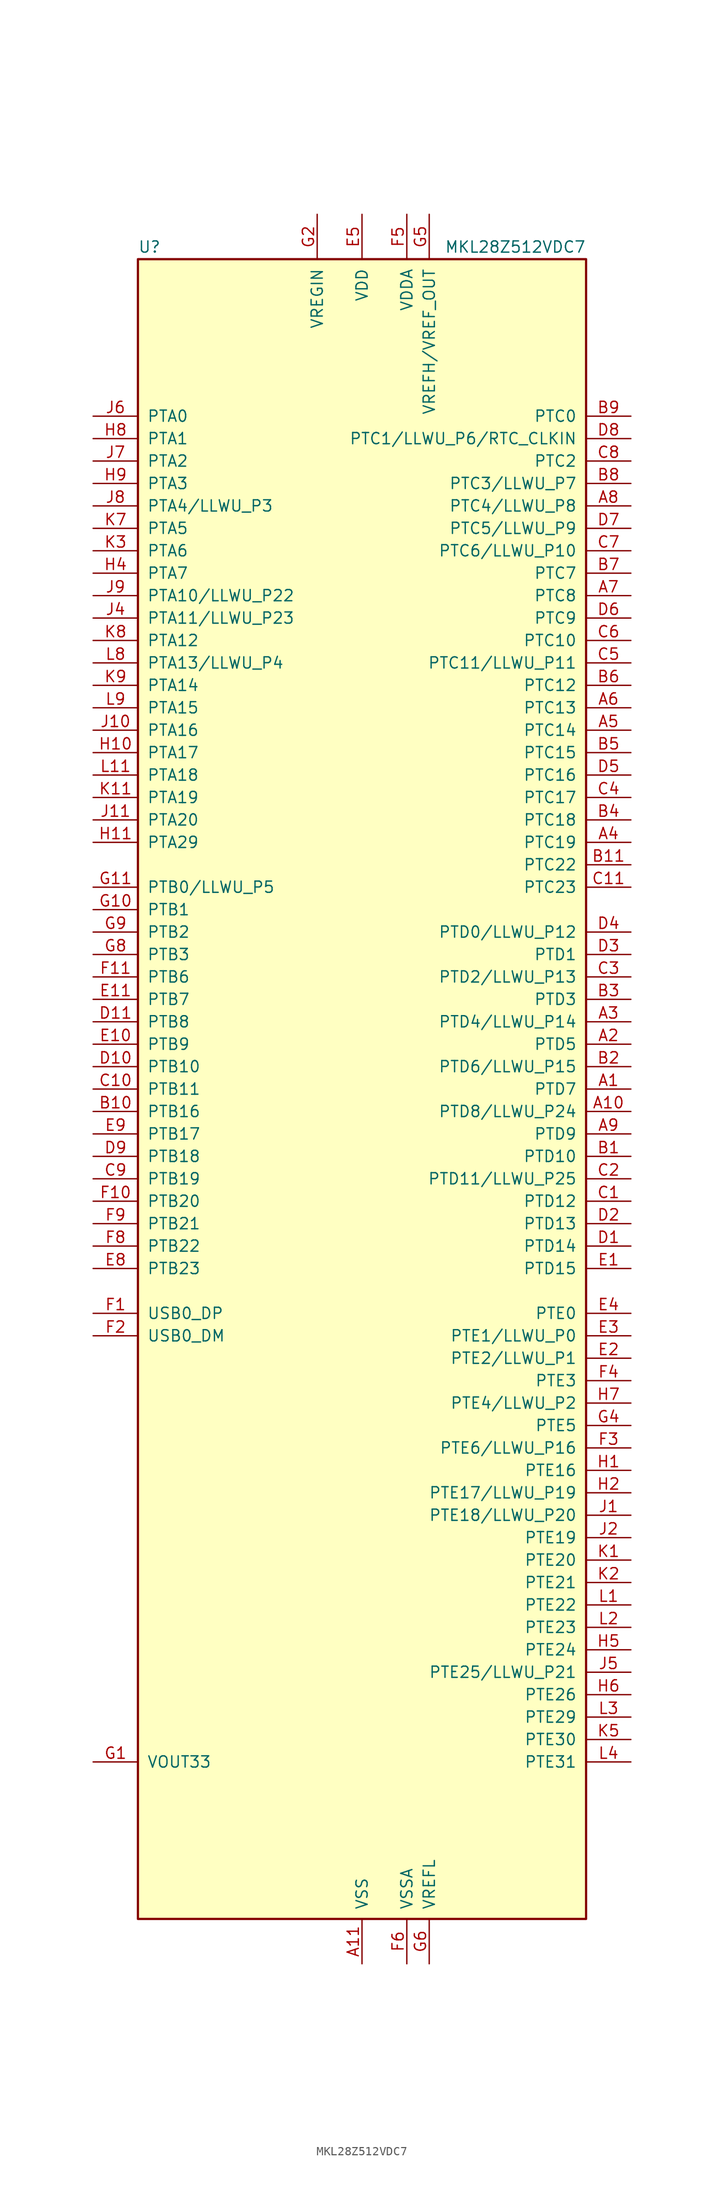
<source format=kicad_sym>
(kicad_symbol_lib
  (version 20211014)
  (generator kicad_symbol_editor)
  (symbol "MKL28Z512VDC7"
    (pin_names
      (offset 1.016))
    (property "Reference" "U"
      (at -25.4 94.615 0)
      (effects (font (size 1.27 1.27)) (justify left bottom)))
    (property "Value" "MKL28Z512VDC7"
      (at 25.4 94.615 0)
      (effects (font (size 1.27 1.27)) (justify right bottom)))
    (symbol "MKL28Z512VDC7_0_1"
      (rectangle (start -25.4 93.98) (end 25.4 -93.98) (stroke (width 0.254) (type default) (color 0 0 0 0)) (fill (type background))))
    (symbol "MKL28Z512VDC7_1_1"
      (pin bidirectional line (at 30.48 0 180) (length 5.08) (name "PTD7" (effects (font (size 1.27 1.27)))) (number "A1" (effects (font (size 1.27 1.27)))))
      (pin bidirectional line (at 30.48 -2.54 180) (length 5.08) (name "PTD8/LLWU_P24" (effects (font (size 1.27 1.27)))) (number "A10" (effects (font (size 1.27 1.27)))))
      (pin power_in line (at 0 -99.06 90) (length 5.08) (name "VSS" (effects (font (size 1.27 1.27)))) (number "A11" (effects (font (size 1.27 1.27)))))
      (pin bidirectional line (at 30.48 5.08 180) (length 5.08) (name "PTD5" (effects (font (size 1.27 1.27)))) (number "A2" (effects (font (size 1.27 1.27)))))
      (pin bidirectional line (at 30.48 7.62 180) (length 5.08) (name "PTD4/LLWU_P14" (effects (font (size 1.27 1.27)))) (number "A3" (effects (font (size 1.27 1.27)))))
      (pin bidirectional line (at 30.48 27.94 180) (length 5.08) (name "PTC19" (effects (font (size 1.27 1.27)))) (number "A4" (effects (font (size 1.27 1.27)))))
      (pin bidirectional line (at 30.48 40.64 180) (length 5.08) (name "PTC14" (effects (font (size 1.27 1.27)))) (number "A5" (effects (font (size 1.27 1.27)))))
      (pin bidirectional line (at 30.48 43.18 180) (length 5.08) (name "PTC13" (effects (font (size 1.27 1.27)))) (number "A6" (effects (font (size 1.27 1.27)))))
      (pin bidirectional line (at 30.48 55.88 180) (length 5.08) (name "PTC8" (effects (font (size 1.27 1.27)))) (number "A7" (effects (font (size 1.27 1.27)))))
      (pin bidirectional line (at 30.48 66.04 180) (length 5.08) (name "PTC4/LLWU_P8" (effects (font (size 1.27 1.27)))) (number "A8" (effects (font (size 1.27 1.27)))))
      (pin bidirectional line (at 30.48 -5.08 180) (length 5.08) (name "PTD9" (effects (font (size 1.27 1.27)))) (number "A9" (effects (font (size 1.27 1.27)))))
      (pin bidirectional line (at 30.48 -7.62 180) (length 5.08) (name "PTD10" (effects (font (size 1.27 1.27)))) (number "B1" (effects (font (size 1.27 1.27)))))
      (pin bidirectional line (at -30.48 -2.54 0) (length 5.08) (name "PTB16" (effects (font (size 1.27 1.27)))) (number "B10" (effects (font (size 1.27 1.27)))))
      (pin bidirectional line (at 30.48 25.4 180) (length 5.08) (name "PTC22" (effects (font (size 1.27 1.27)))) (number "B11" (effects (font (size 1.27 1.27)))))
      (pin bidirectional line (at 30.48 2.54 180) (length 5.08) (name "PTD6/LLWU_P15" (effects (font (size 1.27 1.27)))) (number "B2" (effects (font (size 1.27 1.27)))))
      (pin bidirectional line (at 30.48 10.16 180) (length 5.08) (name "PTD3" (effects (font (size 1.27 1.27)))) (number "B3" (effects (font (size 1.27 1.27)))))
      (pin bidirectional line (at 30.48 30.48 180) (length 5.08) (name "PTC18" (effects (font (size 1.27 1.27)))) (number "B4" (effects (font (size 1.27 1.27)))))
      (pin bidirectional line (at 30.48 38.1 180) (length 5.08) (name "PTC15" (effects (font (size 1.27 1.27)))) (number "B5" (effects (font (size 1.27 1.27)))))
      (pin bidirectional line (at 30.48 45.72 180) (length 5.08) (name "PTC12" (effects (font (size 1.27 1.27)))) (number "B6" (effects (font (size 1.27 1.27)))))
      (pin bidirectional line (at 30.48 58.42 180) (length 5.08) (name "PTC7" (effects (font (size 1.27 1.27)))) (number "B7" (effects (font (size 1.27 1.27)))))
      (pin bidirectional line (at 30.48 68.58 180) (length 5.08) (name "PTC3/LLWU_P7" (effects (font (size 1.27 1.27)))) (number "B8" (effects (font (size 1.27 1.27)))))
      (pin bidirectional line (at 30.48 76.2 180) (length 5.08) (name "PTC0" (effects (font (size 1.27 1.27)))) (number "B9" (effects (font (size 1.27 1.27)))))
      (pin bidirectional line (at 30.48 -12.7 180) (length 5.08) (name "PTD12" (effects (font (size 1.27 1.27)))) (number "C1" (effects (font (size 1.27 1.27)))))
      (pin bidirectional line (at -30.48 0 0) (length 5.08) (name "PTB11" (effects (font (size 1.27 1.27)))) (number "C10" (effects (font (size 1.27 1.27)))))
      (pin bidirectional line (at 30.48 22.86 180) (length 5.08) (name "PTC23" (effects (font (size 1.27 1.27)))) (number "C11" (effects (font (size 1.27 1.27)))))
      (pin bidirectional line (at 30.48 -10.16 180) (length 5.08) (name "PTD11/LLWU_P25" (effects (font (size 1.27 1.27)))) (number "C2" (effects (font (size 1.27 1.27)))))
      (pin bidirectional line (at 30.48 12.7 180) (length 5.08) (name "PTD2/LLWU_P13" (effects (font (size 1.27 1.27)))) (number "C3" (effects (font (size 1.27 1.27)))))
      (pin bidirectional line (at 30.48 33.02 180) (length 5.08) (name "PTC17" (effects (font (size 1.27 1.27)))) (number "C4" (effects (font (size 1.27 1.27)))))
      (pin bidirectional line (at 30.48 48.26 180) (length 5.08) (name "PTC11/LLWU_P11" (effects (font (size 1.27 1.27)))) (number "C5" (effects (font (size 1.27 1.27)))))
      (pin bidirectional line (at 30.48 50.8 180) (length 5.08) (name "PTC10" (effects (font (size 1.27 1.27)))) (number "C6" (effects (font (size 1.27 1.27)))))
      (pin bidirectional line (at 30.48 60.96 180) (length 5.08) (name "PTC6/LLWU_P10" (effects (font (size 1.27 1.27)))) (number "C7" (effects (font (size 1.27 1.27)))))
      (pin bidirectional line (at 30.48 71.12 180) (length 5.08) (name "PTC2" (effects (font (size 1.27 1.27)))) (number "C8" (effects (font (size 1.27 1.27)))))
      (pin bidirectional line (at -30.48 -10.16 0) (length 5.08) (name "PTB19" (effects (font (size 1.27 1.27)))) (number "C9" (effects (font (size 1.27 1.27)))))
      (pin bidirectional line (at 30.48 -17.78 180) (length 5.08) (name "PTD14" (effects (font (size 1.27 1.27)))) (number "D1" (effects (font (size 1.27 1.27)))))
      (pin bidirectional line (at -30.48 2.54 0) (length 5.08) (name "PTB10" (effects (font (size 1.27 1.27)))) (number "D10" (effects (font (size 1.27 1.27)))))
      (pin bidirectional line (at -30.48 7.62 0) (length 5.08) (name "PTB8" (effects (font (size 1.27 1.27)))) (number "D11" (effects (font (size 1.27 1.27)))))
      (pin bidirectional line (at 30.48 -15.24 180) (length 5.08) (name "PTD13" (effects (font (size 1.27 1.27)))) (number "D2" (effects (font (size 1.27 1.27)))))
      (pin bidirectional line (at 30.48 15.24 180) (length 5.08) (name "PTD1" (effects (font (size 1.27 1.27)))) (number "D3" (effects (font (size 1.27 1.27)))))
      (pin bidirectional line (at 30.48 17.78 180) (length 5.08) (name "PTD0/LLWU_P12" (effects (font (size 1.27 1.27)))) (number "D4" (effects (font (size 1.27 1.27)))))
      (pin bidirectional line (at 30.48 35.56 180) (length 5.08) (name "PTC16" (effects (font (size 1.27 1.27)))) (number "D5" (effects (font (size 1.27 1.27)))))
      (pin bidirectional line (at 30.48 53.34 180) (length 5.08) (name "PTC9" (effects (font (size 1.27 1.27)))) (number "D6" (effects (font (size 1.27 1.27)))))
      (pin bidirectional line (at 30.48 63.5 180) (length 5.08) (name "PTC5/LLWU_P9" (effects (font (size 1.27 1.27)))) (number "D7" (effects (font (size 1.27 1.27)))))
      (pin bidirectional line (at 30.48 73.66 180) (length 5.08) (name "PTC1/LLWU_P6/RTC_CLKIN" (effects (font (size 1.27 1.27)))) (number "D8" (effects (font (size 1.27 1.27)))))
      (pin bidirectional line (at -30.48 -7.62 0) (length 5.08) (name "PTB18" (effects (font (size 1.27 1.27)))) (number "D9" (effects (font (size 1.27 1.27)))))
      (pin bidirectional line (at 30.48 -20.32 180) (length 5.08) (name "PTD15" (effects (font (size 1.27 1.27)))) (number "E1" (effects (font (size 1.27 1.27)))))
      (pin bidirectional line (at -30.48 5.08 0) (length 5.08) (name "PTB9" (effects (font (size 1.27 1.27)))) (number "E10" (effects (font (size 1.27 1.27)))))
      (pin bidirectional line (at -30.48 10.16 0) (length 5.08) (name "PTB7" (effects (font (size 1.27 1.27)))) (number "E11" (effects (font (size 1.27 1.27)))))
      (pin bidirectional line (at 30.48 -30.48 180) (length 5.08) (name "PTE2/LLWU_P1" (effects (font (size 1.27 1.27)))) (number "E2" (effects (font (size 1.27 1.27)))))
      (pin bidirectional line (at 30.48 -27.94 180) (length 5.08) (name "PTE1/LLWU_P0" (effects (font (size 1.27 1.27)))) (number "E3" (effects (font (size 1.27 1.27)))))
      (pin bidirectional line (at 30.48 -25.4 180) (length 5.08) (name "PTE0" (effects (font (size 1.27 1.27)))) (number "E4" (effects (font (size 1.27 1.27)))))
      (pin power_in line (at 0 99.06 270) (length 5.08) (name "VDD" (effects (font (size 1.27 1.27)))) (number "E5" (effects (font (size 1.27 1.27)))))
      (pin passive line (at 0 99.06 270) (length 5.08) hide (name "VDD" (effects (font (size 1.27 1.27)))) (number "E6" (effects (font (size 1.27 1.27)))))
      (pin passive line (at 0 99.06 270) (length 5.08) hide (name "VDD" (effects (font (size 1.27 1.27)))) (number "E7" (effects (font (size 1.27 1.27)))))
      (pin bidirectional line (at -30.48 -20.32 0) (length 5.08) (name "PTB23" (effects (font (size 1.27 1.27)))) (number "E8" (effects (font (size 1.27 1.27)))))
      (pin bidirectional line (at -30.48 -5.08 0) (length 5.08) (name "PTB17" (effects (font (size 1.27 1.27)))) (number "E9" (effects (font (size 1.27 1.27)))))
      (pin bidirectional line (at -30.48 -25.4 0) (length 5.08) (name "USB0_DP" (effects (font (size 1.27 1.27)))) (number "F1" (effects (font (size 1.27 1.27)))))
      (pin bidirectional line (at -30.48 -12.7 0) (length 5.08) (name "PTB20" (effects (font (size 1.27 1.27)))) (number "F10" (effects (font (size 1.27 1.27)))))
      (pin bidirectional line (at -30.48 12.7 0) (length 5.08) (name "PTB6" (effects (font (size 1.27 1.27)))) (number "F11" (effects (font (size 1.27 1.27)))))
      (pin bidirectional line (at -30.48 -27.94 0) (length 5.08) (name "USB0_DM" (effects (font (size 1.27 1.27)))) (number "F2" (effects (font (size 1.27 1.27)))))
      (pin bidirectional line (at 30.48 -40.64 180) (length 5.08) (name "PTE6/LLWU_P16" (effects (font (size 1.27 1.27)))) (number "F3" (effects (font (size 1.27 1.27)))))
      (pin bidirectional line (at 30.48 -33.02 180) (length 5.08) (name "PTE3" (effects (font (size 1.27 1.27)))) (number "F4" (effects (font (size 1.27 1.27)))))
      (pin power_in line (at 5.08 99.06 270) (length 5.08) (name "VDDA" (effects (font (size 1.27 1.27)))) (number "F5" (effects (font (size 1.27 1.27)))))
      (pin power_in line (at 5.08 -99.06 90) (length 5.08) (name "VSSA" (effects (font (size 1.27 1.27)))) (number "F6" (effects (font (size 1.27 1.27)))))
      (pin passive line (at 0 -99.06 90) (length 5.08) hide (name "VSS" (effects (font (size 1.27 1.27)))) (number "F7" (effects (font (size 1.27 1.27)))))
      (pin bidirectional line (at -30.48 -17.78 0) (length 5.08) (name "PTB22" (effects (font (size 1.27 1.27)))) (number "F8" (effects (font (size 1.27 1.27)))))
      (pin bidirectional line (at -30.48 -15.24 0) (length 5.08) (name "PTB21" (effects (font (size 1.27 1.27)))) (number "F9" (effects (font (size 1.27 1.27)))))
      (pin power_out line (at -30.48 -76.2 0) (length 5.08) (name "VOUT33" (effects (font (size 1.27 1.27)))) (number "G1" (effects (font (size 1.27 1.27)))))
      (pin bidirectional line (at -30.48 20.32 0) (length 5.08) (name "PTB1" (effects (font (size 1.27 1.27)))) (number "G10" (effects (font (size 1.27 1.27)))))
      (pin bidirectional line (at -30.48 22.86 0) (length 5.08) (name "PTB0/LLWU_P5" (effects (font (size 1.27 1.27)))) (number "G11" (effects (font (size 1.27 1.27)))))
      (pin power_in line (at -5.08 99.06 270) (length 5.08) (name "VREGIN" (effects (font (size 1.27 1.27)))) (number "G2" (effects (font (size 1.27 1.27)))))
      (pin passive line (at 0 -99.06 90) (length 5.08) hide (name "VSS" (effects (font (size 1.27 1.27)))) (number "G3" (effects (font (size 1.27 1.27)))))
      (pin bidirectional line (at 30.48 -38.1 180) (length 5.08) (name "PTE5" (effects (font (size 1.27 1.27)))) (number "G4" (effects (font (size 1.27 1.27)))))
      (pin power_in line (at 7.62 99.06 270) (length 5.08) (name "VREFH/VREF_OUT" (effects (font (size 1.27 1.27)))) (number "G5" (effects (font (size 1.27 1.27)))))
      (pin power_in line (at 7.62 -99.06 90) (length 5.08) (name "VREFL" (effects (font (size 1.27 1.27)))) (number "G6" (effects (font (size 1.27 1.27)))))
      (pin passive line (at 0 -99.06 90) (length 5.08) hide (name "VSS" (effects (font (size 1.27 1.27)))) (number "G7" (effects (font (size 1.27 1.27)))))
      (pin bidirectional line (at -30.48 15.24 0) (length 5.08) (name "PTB3" (effects (font (size 1.27 1.27)))) (number "G8" (effects (font (size 1.27 1.27)))))
      (pin bidirectional line (at -30.48 17.78 0) (length 5.08) (name "PTB2" (effects (font (size 1.27 1.27)))) (number "G9" (effects (font (size 1.27 1.27)))))
      (pin bidirectional line (at 30.48 -43.18 180) (length 5.08) (name "PTE16" (effects (font (size 1.27 1.27)))) (number "H1" (effects (font (size 1.27 1.27)))))
      (pin bidirectional line (at -30.48 38.1 0) (length 5.08) (name "PTA17" (effects (font (size 1.27 1.27)))) (number "H10" (effects (font (size 1.27 1.27)))))
      (pin bidirectional line (at -30.48 27.94 0) (length 5.08) (name "PTA29" (effects (font (size 1.27 1.27)))) (number "H11" (effects (font (size 1.27 1.27)))))
      (pin bidirectional line (at 30.48 -45.72 180) (length 5.08) (name "PTE17/LLWU_P19" (effects (font (size 1.27 1.27)))) (number "H2" (effects (font (size 1.27 1.27)))))
      (pin no_connect line (at -25.4 -63.5 0) (length 5.08) hide (name "NC" (effects (font (size 1.27 1.27)))) (number "H3" (effects (font (size 1.27 1.27)))))
      (pin bidirectional line (at -30.48 58.42 0) (length 5.08) (name "PTA7" (effects (font (size 1.27 1.27)))) (number "H4" (effects (font (size 1.27 1.27)))))
      (pin bidirectional line (at 30.48 -63.5 180) (length 5.08) (name "PTE24" (effects (font (size 1.27 1.27)))) (number "H5" (effects (font (size 1.27 1.27)))))
      (pin bidirectional line (at 30.48 -68.58 180) (length 5.08) (name "PTE26" (effects (font (size 1.27 1.27)))) (number "H6" (effects (font (size 1.27 1.27)))))
      (pin bidirectional line (at 30.48 -35.56 180) (length 5.08) (name "PTE4/LLWU_P2" (effects (font (size 1.27 1.27)))) (number "H7" (effects (font (size 1.27 1.27)))))
      (pin bidirectional line (at -30.48 73.66 0) (length 5.08) (name "PTA1" (effects (font (size 1.27 1.27)))) (number "H8" (effects (font (size 1.27 1.27)))))
      (pin bidirectional line (at -30.48 68.58 0) (length 5.08) (name "PTA3" (effects (font (size 1.27 1.27)))) (number "H9" (effects (font (size 1.27 1.27)))))
      (pin bidirectional line (at 30.48 -48.26 180) (length 5.08) (name "PTE18/LLWU_P20" (effects (font (size 1.27 1.27)))) (number "J1" (effects (font (size 1.27 1.27)))))
      (pin bidirectional line (at -30.48 40.64 0) (length 5.08) (name "PTA16" (effects (font (size 1.27 1.27)))) (number "J10" (effects (font (size 1.27 1.27)))))
      (pin bidirectional line (at -30.48 30.48 0) (length 5.08) (name "PTA20" (effects (font (size 1.27 1.27)))) (number "J11" (effects (font (size 1.27 1.27)))))
      (pin bidirectional line (at 30.48 -50.8 180) (length 5.08) (name "PTE19" (effects (font (size 1.27 1.27)))) (number "J2" (effects (font (size 1.27 1.27)))))
      (pin no_connect line (at -25.4 -66.04 0) (length 5.08) hide (name "NC" (effects (font (size 1.27 1.27)))) (number "J3" (effects (font (size 1.27 1.27)))))
      (pin bidirectional line (at -30.48 53.34 0) (length 5.08) (name "PTA11/LLWU_P23" (effects (font (size 1.27 1.27)))) (number "J4" (effects (font (size 1.27 1.27)))))
      (pin bidirectional line (at 30.48 -66.04 180) (length 5.08) (name "PTE25/LLWU_P21" (effects (font (size 1.27 1.27)))) (number "J5" (effects (font (size 1.27 1.27)))))
      (pin bidirectional line (at -30.48 76.2 0) (length 5.08) (name "PTA0" (effects (font (size 1.27 1.27)))) (number "J6" (effects (font (size 1.27 1.27)))))
      (pin bidirectional line (at -30.48 71.12 0) (length 5.08) (name "PTA2" (effects (font (size 1.27 1.27)))) (number "J7" (effects (font (size 1.27 1.27)))))
      (pin bidirectional line (at -30.48 66.04 0) (length 5.08) (name "PTA4/LLWU_P3" (effects (font (size 1.27 1.27)))) (number "J8" (effects (font (size 1.27 1.27)))))
      (pin bidirectional line (at -30.48 55.88 0) (length 5.08) (name "PTA10/LLWU_P22" (effects (font (size 1.27 1.27)))) (number "J9" (effects (font (size 1.27 1.27)))))
      (pin bidirectional line (at 30.48 -53.34 180) (length 5.08) (name "PTE20" (effects (font (size 1.27 1.27)))) (number "K1" (effects (font (size 1.27 1.27)))))
      (pin passive line (at 0 -99.06 90) (length 5.08) hide (name "VSS" (effects (font (size 1.27 1.27)))) (number "K10" (effects (font (size 1.27 1.27)))))
      (pin bidirectional line (at -30.48 33.02 0) (length 5.08) (name "PTA19" (effects (font (size 1.27 1.27)))) (number "K11" (effects (font (size 1.27 1.27)))))
      (pin bidirectional line (at 30.48 -55.88 180) (length 5.08) (name "PTE21" (effects (font (size 1.27 1.27)))) (number "K2" (effects (font (size 1.27 1.27)))))
      (pin bidirectional line (at -30.48 60.96 0) (length 5.08) (name "PTA6" (effects (font (size 1.27 1.27)))) (number "K3" (effects (font (size 1.27 1.27)))))
      (pin no_connect line (at -25.4 -68.58 0) (length 5.08) hide (name "NC" (effects (font (size 1.27 1.27)))) (number "K4" (effects (font (size 1.27 1.27)))))
      (pin bidirectional line (at 30.48 -73.66 180) (length 5.08) (name "PTE30" (effects (font (size 1.27 1.27)))) (number "K5" (effects (font (size 1.27 1.27)))))
      (pin passive line (at 0 99.06 270) (length 5.08) hide (name "VDD" (effects (font (size 1.27 1.27)))) (number "K6" (effects (font (size 1.27 1.27)))))
      (pin bidirectional line (at -30.48 63.5 0) (length 5.08) (name "PTA5" (effects (font (size 1.27 1.27)))) (number "K7" (effects (font (size 1.27 1.27)))))
      (pin bidirectional line (at -30.48 50.8 0) (length 5.08) (name "PTA12" (effects (font (size 1.27 1.27)))) (number "K8" (effects (font (size 1.27 1.27)))))
      (pin bidirectional line (at -30.48 45.72 0) (length 5.08) (name "PTA14" (effects (font (size 1.27 1.27)))) (number "K9" (effects (font (size 1.27 1.27)))))
      (pin bidirectional line (at 30.48 -58.42 180) (length 5.08) (name "PTE22" (effects (font (size 1.27 1.27)))) (number "L1" (effects (font (size 1.27 1.27)))))
      (pin passive line (at 0 99.06 270) (length 5.08) hide (name "VDD" (effects (font (size 1.27 1.27)))) (number "L10" (effects (font (size 1.27 1.27)))))
      (pin bidirectional line (at -30.48 35.56 0) (length 5.08) (name "PTA18" (effects (font (size 1.27 1.27)))) (number "L11" (effects (font (size 1.27 1.27)))))
      (pin bidirectional line (at 30.48 -60.96 180) (length 5.08) (name "PTE23" (effects (font (size 1.27 1.27)))) (number "L2" (effects (font (size 1.27 1.27)))))
      (pin bidirectional line (at 30.48 -71.12 180) (length 5.08) (name "PTE29" (effects (font (size 1.27 1.27)))) (number "L3" (effects (font (size 1.27 1.27)))))
      (pin bidirectional line (at 30.48 -76.2 180) (length 5.08) (name "PTE31" (effects (font (size 1.27 1.27)))) (number "L4" (effects (font (size 1.27 1.27)))))
      (pin passive line (at 0 -99.06 90) (length 5.08) hide (name "VSS" (effects (font (size 1.27 1.27)))) (number "L5" (effects (font (size 1.27 1.27)))))
      (pin passive line (at 0 -99.06 90) (length 5.08) hide (name "VSS" (effects (font (size 1.27 1.27)))) (number "L6" (effects (font (size 1.27 1.27)))))
      (pin no_connect line (at -25.4 -71.12 0) (length 5.08) hide (name "NC" (effects (font (size 1.27 1.27)))) (number "L7" (effects (font (size 1.27 1.27)))))
      (pin bidirectional line (at -30.48 48.26 0) (length 5.08) (name "PTA13/LLWU_P4" (effects (font (size 1.27 1.27)))) (number "L8" (effects (font (size 1.27 1.27)))))
      (pin bidirectional line (at -30.48 43.18 0) (length 5.08) (name "PTA15" (effects (font (size 1.27 1.27)))) (number "L9" (effects (font (size 1.27 1.27))))))))
</source>
